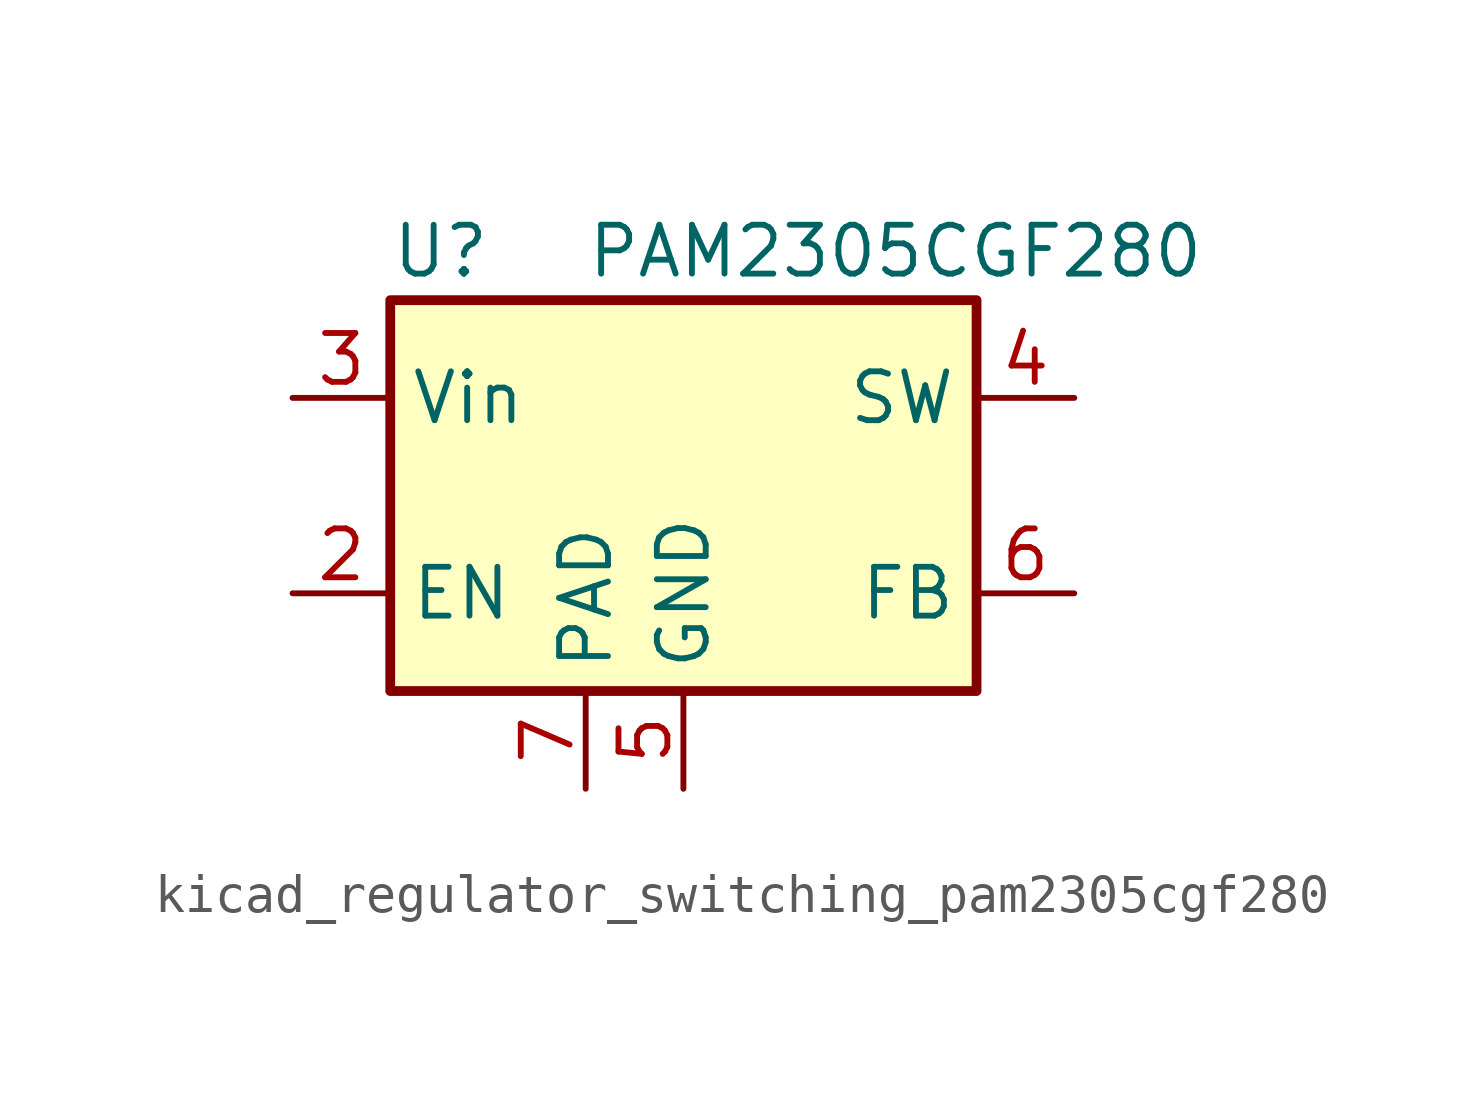
<source format=kicad_sym>
(kicad_symbol_lib
  (version 20220914)
  (generator kicad_symbol_editor)
  (symbol "kicad_regulator_switching_pam2305cgf280"
    (property "Reference" "U"
      (at -7.62 6.35 0)
      (effects (font (size 1.27 1.27)) (justify left)))
    (property "Value" "PAM2305CGF280"
      (at -2.54 6.35 0)
      (effects (font (size 1.27 1.27)) (justify left)))
    (symbol "kicad_regulator_switching_pam2305cgf280_0_1"
      (rectangle (start -7.62 5.08) (end 7.62 -5.08) (stroke (width 0.254) (type default)) (fill (type background))))
    (symbol "kicad_regulator_switching_pam2305cgf280_1_1"
      (pin no_connect line (at -7.62 0 0) (length 2.54) hide (name "NC" (effects (font (size 1.27 1.27)))) (number "1" (effects (font (size 1.27 1.27)))))
      (pin input line (at -10.16 -2.54 0) (length 2.54) (name "EN" (effects (font (size 1.27 1.27)))) (number "2" (effects (font (size 1.27 1.27)))))
      (pin power_in line (at -10.16 2.54 0) (length 2.54) (name "Vin" (effects (font (size 1.27 1.27)))) (number "3" (effects (font (size 1.27 1.27)))))
      (pin output line (at 10.16 2.54 180) (length 2.54) (name "SW" (effects (font (size 1.27 1.27)))) (number "4" (effects (font (size 1.27 1.27)))))
      (pin power_in line (at 0 -7.62 90) (length 2.54) (name "GND" (effects (font (size 1.27 1.27)))) (number "5" (effects (font (size 1.27 1.27)))))
      (pin input line (at 10.16 -2.54 180) (length 2.54) (name "FB" (effects (font (size 1.27 1.27)))) (number "6" (effects (font (size 1.27 1.27)))))
      (pin passive line (at -2.54 -7.62 90) (length 2.54) (name "PAD" (effects (font (size 1.27 1.27)))) (number "7" (effects (font (size 1.27 1.27))))))))
</source>
